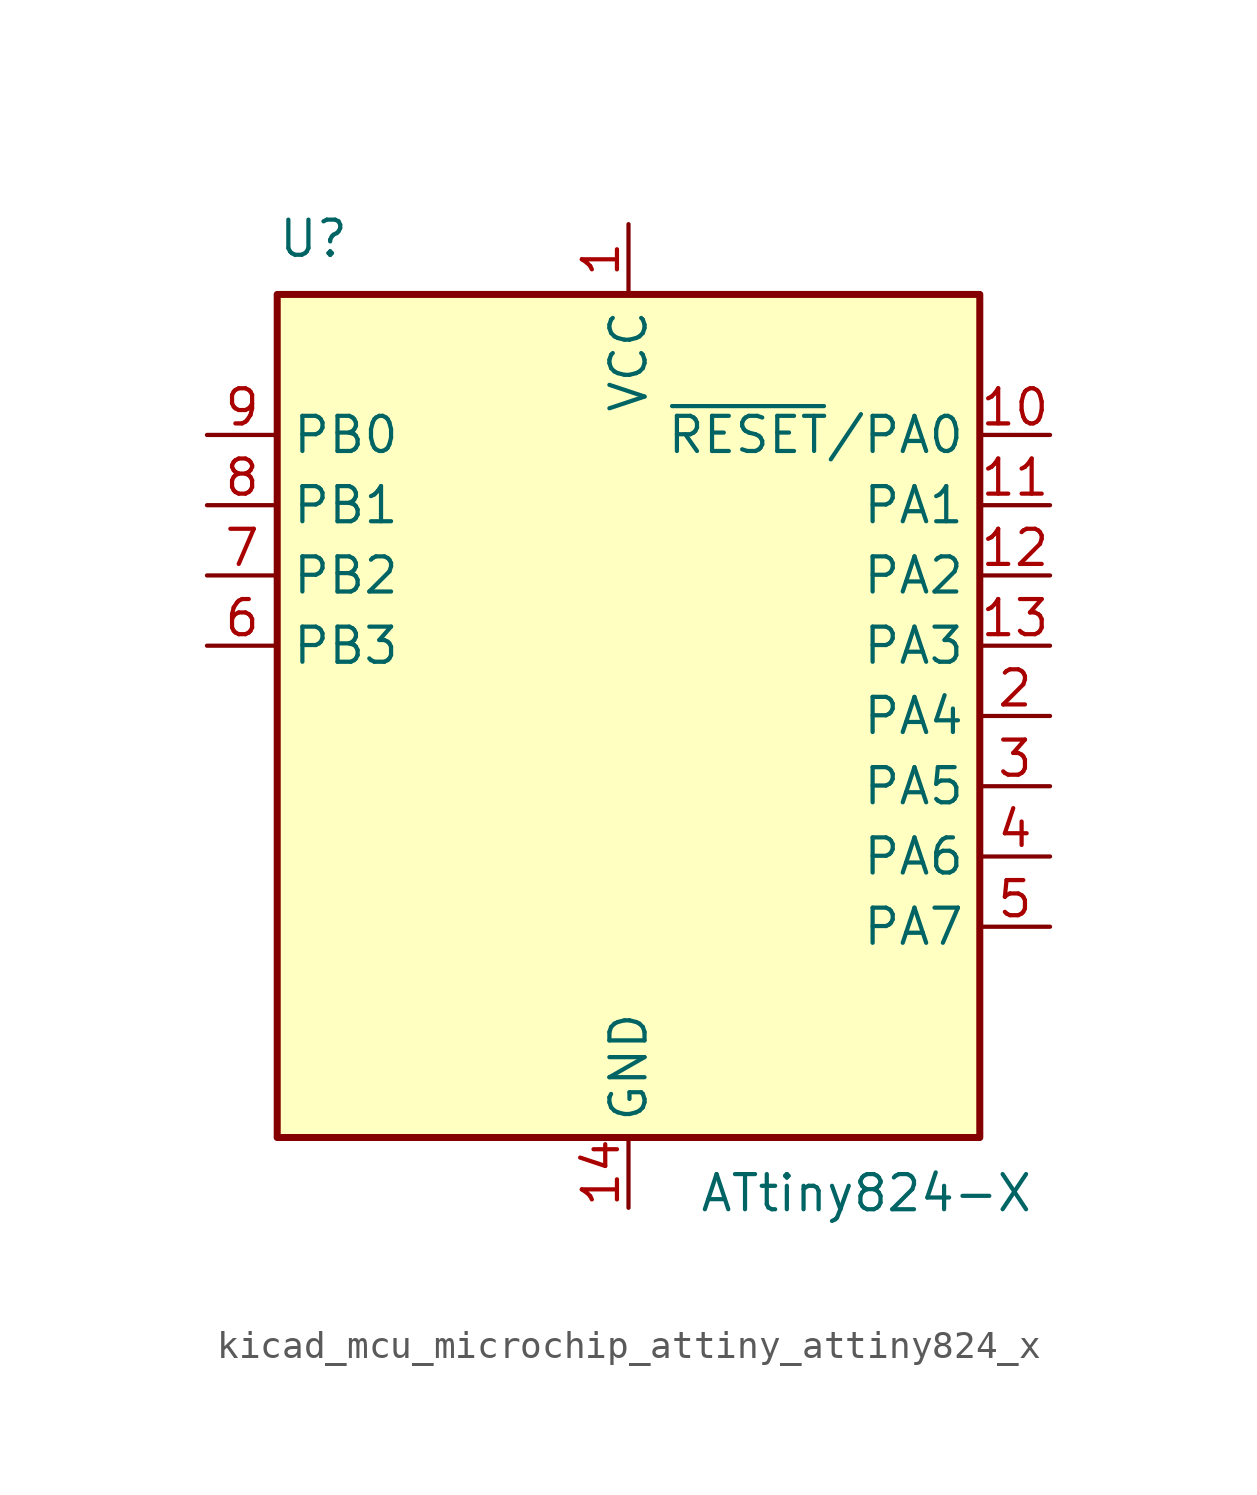
<source format=kicad_sym>
(kicad_symbol_lib
  (version 20220914)
  (generator kicad_symbol_editor)
  (symbol "kicad_mcu_microchip_attiny_attiny824_x"
    (property "Reference" "U"
      (at -12.7 16.51 0)
      (effects (font (size 1.27 1.27)) (justify left bottom)))
    (property "Value" "ATtiny824-X"
      (at 2.54 -16.51 0)
      (effects (font (size 1.27 1.27)) (justify left top)))
    (symbol "kicad_mcu_microchip_attiny_attiny824_x_0_1"
      (rectangle (start -12.7 -15.24) (end 12.7 15.24) (stroke (width 0.254) (type default)) (fill (type background))))
    (symbol "kicad_mcu_microchip_attiny_attiny824_x_1_1"
      (pin power_in line (at 0 17.78 270) (length 2.54) (name "VCC" (effects (font (size 1.27 1.27)))) (number "1" (effects (font (size 1.27 1.27)))))
      (pin bidirectional line (at 15.24 10.16 180) (length 2.54) (name "~{RESET}/PA0" (effects (font (size 1.27 1.27)))) (number "10" (effects (font (size 1.27 1.27)))))
      (pin bidirectional line (at 15.24 7.62 180) (length 2.54) (name "PA1" (effects (font (size 1.27 1.27)))) (number "11" (effects (font (size 1.27 1.27)))))
      (pin bidirectional line (at 15.24 5.08 180) (length 2.54) (name "PA2" (effects (font (size 1.27 1.27)))) (number "12" (effects (font (size 1.27 1.27)))))
      (pin bidirectional line (at 15.24 2.54 180) (length 2.54) (name "PA3" (effects (font (size 1.27 1.27)))) (number "13" (effects (font (size 1.27 1.27)))))
      (pin power_in line (at 0 -17.78 90) (length 2.54) (name "GND" (effects (font (size 1.27 1.27)))) (number "14" (effects (font (size 1.27 1.27)))))
      (pin bidirectional line (at 15.24 0 180) (length 2.54) (name "PA4" (effects (font (size 1.27 1.27)))) (number "2" (effects (font (size 1.27 1.27)))))
      (pin bidirectional line (at 15.24 -2.54 180) (length 2.54) (name "PA5" (effects (font (size 1.27 1.27)))) (number "3" (effects (font (size 1.27 1.27)))))
      (pin bidirectional line (at 15.24 -5.08 180) (length 2.54) (name "PA6" (effects (font (size 1.27 1.27)))) (number "4" (effects (font (size 1.27 1.27)))))
      (pin bidirectional line (at 15.24 -7.62 180) (length 2.54) (name "PA7" (effects (font (size 1.27 1.27)))) (number "5" (effects (font (size 1.27 1.27)))))
      (pin bidirectional line (at -15.24 2.54 0) (length 2.54) (name "PB3" (effects (font (size 1.27 1.27)))) (number "6" (effects (font (size 1.27 1.27)))))
      (pin bidirectional line (at -15.24 5.08 0) (length 2.54) (name "PB2" (effects (font (size 1.27 1.27)))) (number "7" (effects (font (size 1.27 1.27)))))
      (pin bidirectional line (at -15.24 7.62 0) (length 2.54) (name "PB1" (effects (font (size 1.27 1.27)))) (number "8" (effects (font (size 1.27 1.27)))))
      (pin bidirectional line (at -15.24 10.16 0) (length 2.54) (name "PB0" (effects (font (size 1.27 1.27)))) (number "9" (effects (font (size 1.27 1.27))))))))
</source>
